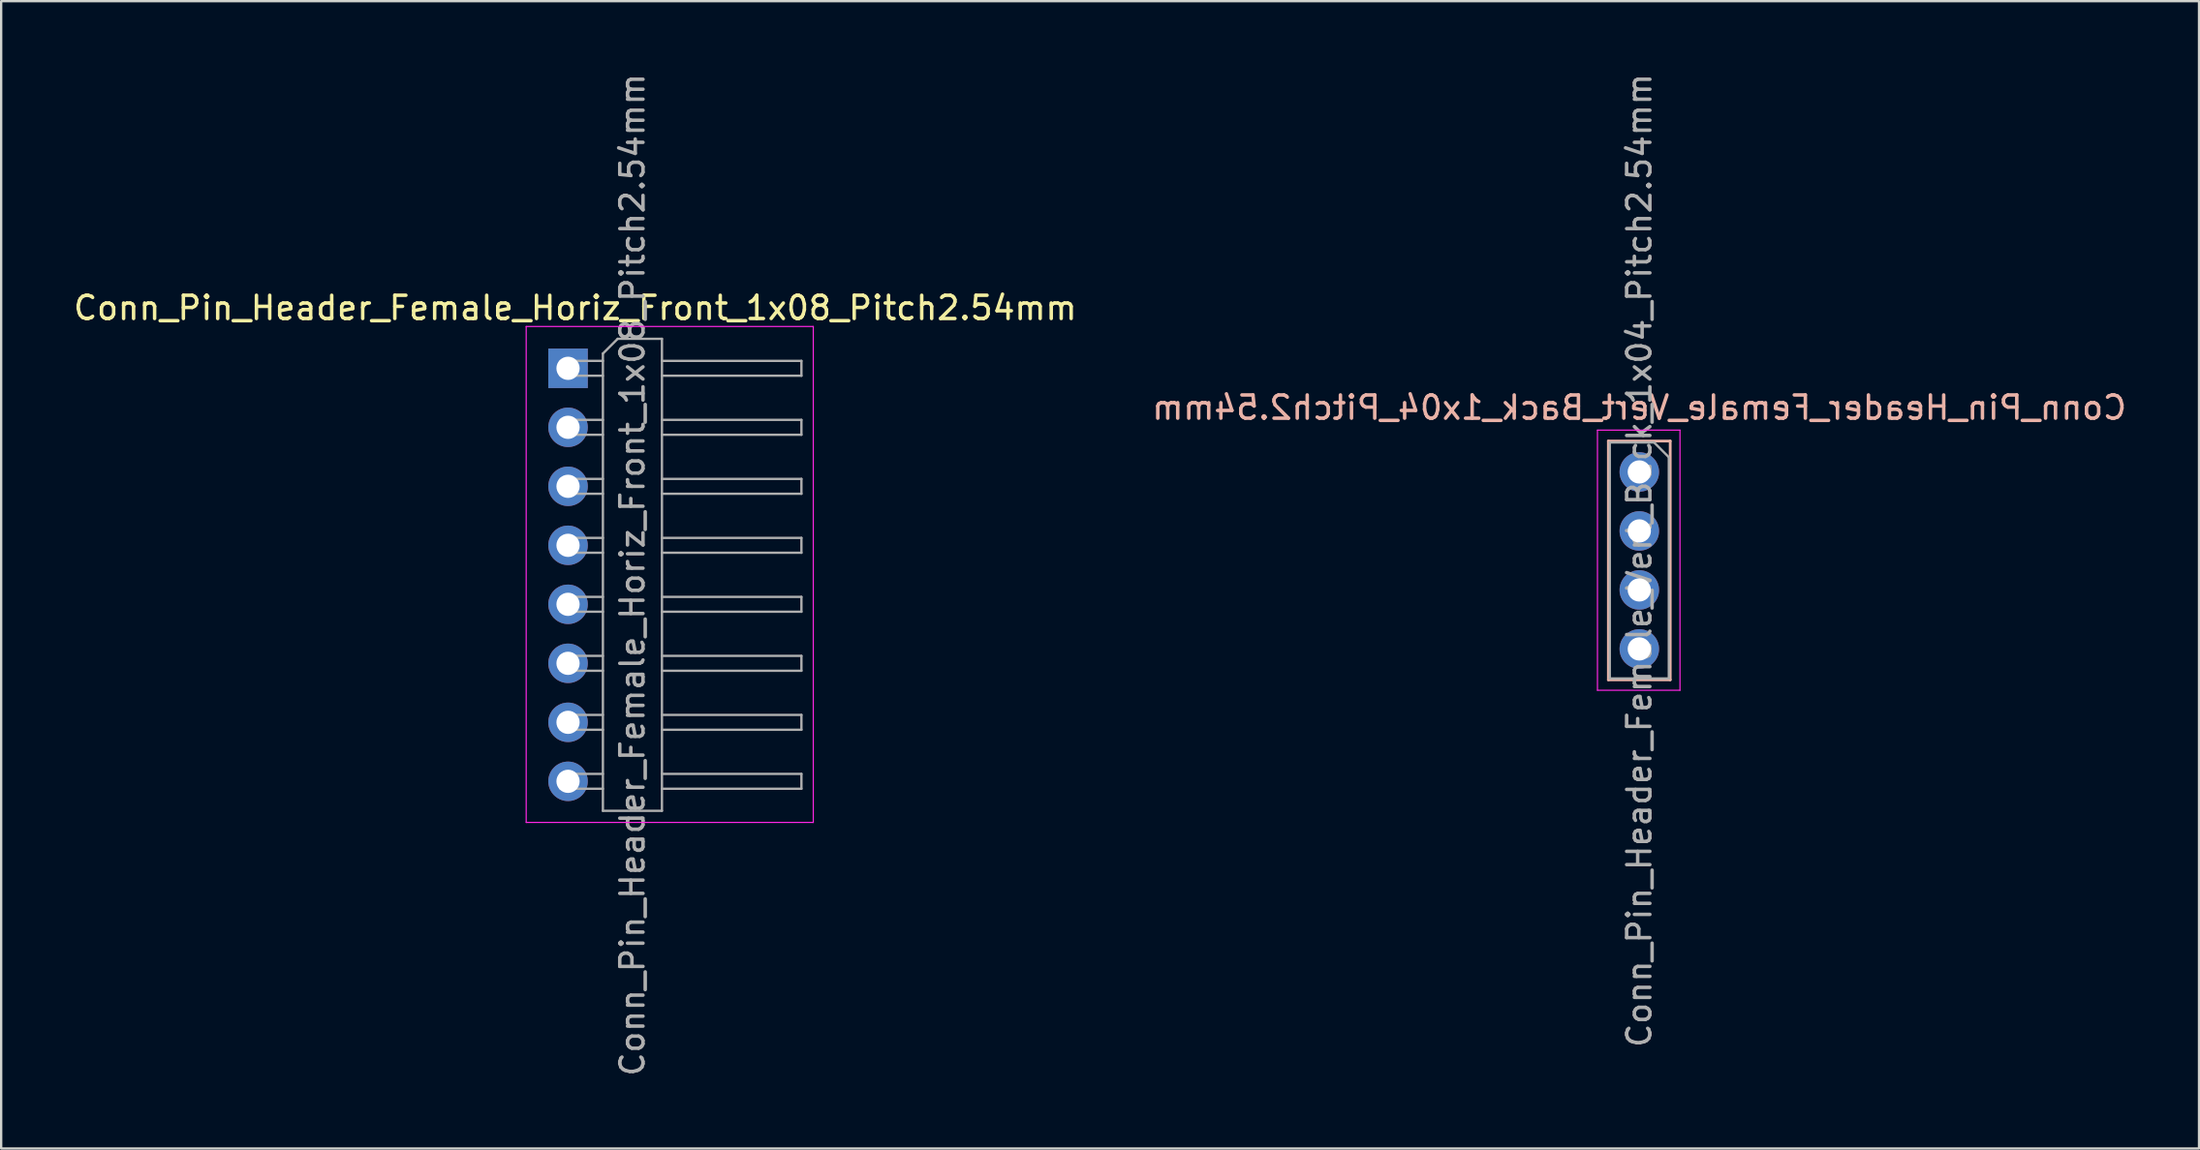
<source format=kicad_pcb>
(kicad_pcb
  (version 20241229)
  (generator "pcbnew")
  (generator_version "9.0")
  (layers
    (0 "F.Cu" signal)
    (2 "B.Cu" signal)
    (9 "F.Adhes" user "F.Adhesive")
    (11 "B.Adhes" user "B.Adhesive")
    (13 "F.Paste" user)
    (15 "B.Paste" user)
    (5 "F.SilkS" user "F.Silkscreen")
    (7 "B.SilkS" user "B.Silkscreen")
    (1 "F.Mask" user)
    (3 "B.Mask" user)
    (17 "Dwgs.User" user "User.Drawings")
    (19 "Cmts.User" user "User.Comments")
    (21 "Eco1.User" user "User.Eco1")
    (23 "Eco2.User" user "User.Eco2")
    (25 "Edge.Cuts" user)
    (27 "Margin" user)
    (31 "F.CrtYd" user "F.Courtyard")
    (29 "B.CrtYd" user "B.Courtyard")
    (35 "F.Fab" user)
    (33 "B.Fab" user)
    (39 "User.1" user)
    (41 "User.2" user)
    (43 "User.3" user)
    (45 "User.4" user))
  (footprint "Conn_Pin_Header_Female_Horiz_Front_1x08_Pitch2.54mm"
    (layer "F.Cu")
    (at 21.386 12.806)
    (property "Reference" "Conn_Pin_Header_Female_Horiz_Front_1x08_Pitch2.54mm" (at 0.31 -2.6 0) (layer "F.SilkS") (effects (font (size 1 1) (thickness 0.15))))
    (attr through_hole)
    (fp_line (start -1.8 -1.8) (end -1.8 19.55) (stroke (width 0.05) (type solid)) (layer "F.CrtYd"))
    (fp_line (start -1.8 19.55) (end 10.55 19.55) (stroke (width 0.05) (type solid)) (layer "F.CrtYd"))
    (fp_line (start 10.55 -1.8) (end -1.8 -1.8) (stroke (width 0.05) (type solid)) (layer "F.CrtYd"))
    (fp_line (start 10.55 19.55) (end 10.55 -1.8) (stroke (width 0.05) (type solid)) (layer "F.CrtYd"))
    (fp_line (start -0.32 -0.32) (end -0.32 0.32) (stroke (width 0.1) (type solid)) (layer "F.Fab"))
    (fp_line (start -0.32 -0.32) (end 1.5 -0.32) (stroke (width 0.1) (type solid)) (layer "F.Fab"))
    (fp_line (start -0.32 0.32) (end 1.5 0.32) (stroke (width 0.1) (type solid)) (layer "F.Fab"))
    (fp_line (start -0.32 2.22) (end -0.32 2.86) (stroke (width 0.1) (type solid)) (layer "F.Fab"))
    (fp_line (start -0.32 2.22) (end 1.5 2.22) (stroke (width 0.1) (type solid)) (layer "F.Fab"))
    (fp_line (start -0.32 2.86) (end 1.5 2.86) (stroke (width 0.1) (type solid)) (layer "F.Fab"))
    (fp_line (start -0.32 4.76) (end -0.32 5.4) (stroke (width 0.1) (type solid)) (layer "F.Fab"))
    (fp_line (start -0.32 4.76) (end 1.5 4.76) (stroke (width 0.1) (type solid)) (layer "F.Fab"))
    (fp_line (start -0.32 5.4) (end 1.5 5.4) (stroke (width 0.1) (type solid)) (layer "F.Fab"))
    (fp_line (start -0.32 7.3) (end -0.32 7.94) (stroke (width 0.1) (type solid)) (layer "F.Fab"))
    (fp_line (start -0.32 7.3) (end 1.5 7.3) (stroke (width 0.1) (type solid)) (layer "F.Fab"))
    (fp_line (start -0.32 7.94) (end 1.5 7.94) (stroke (width 0.1) (type solid)) (layer "F.Fab"))
    (fp_line (start -0.32 9.84) (end -0.32 10.48) (stroke (width 0.1) (type solid)) (layer "F.Fab"))
    (fp_line (start -0.32 9.84) (end 1.5 9.84) (stroke (width 0.1) (type solid)) (layer "F.Fab"))
    (fp_line (start -0.32 10.48) (end 1.5 10.48) (stroke (width 0.1) (type solid)) (layer "F.Fab"))
    (fp_line (start -0.32 12.38) (end -0.32 13.02) (stroke (width 0.1) (type solid)) (layer "F.Fab"))
    (fp_line (start -0.32 12.38) (end 1.5 12.38) (stroke (width 0.1) (type solid)) (layer "F.Fab"))
    (fp_line (start -0.32 13.02) (end 1.5 13.02) (stroke (width 0.1) (type solid)) (layer "F.Fab"))
    (fp_line (start -0.32 14.92) (end -0.32 15.56) (stroke (width 0.1) (type solid)) (layer "F.Fab"))
    (fp_line (start -0.32 14.92) (end 1.5 14.92) (stroke (width 0.1) (type solid)) (layer "F.Fab"))
    (fp_line (start -0.32 15.56) (end 1.5 15.56) (stroke (width 0.1) (type solid)) (layer "F.Fab"))
    (fp_line (start -0.32 17.46) (end -0.32 18.1) (stroke (width 0.1) (type solid)) (layer "F.Fab"))
    (fp_line (start -0.32 17.46) (end 1.5 17.46) (stroke (width 0.1) (type solid)) (layer "F.Fab"))
    (fp_line (start -0.32 18.1) (end 1.5 18.1) (stroke (width 0.1) (type solid)) (layer "F.Fab"))
    (fp_line (start 1.5 -0.635) (end 2.135 -1.27) (stroke (width 0.1) (type solid)) (layer "F.Fab"))
    (fp_line (start 1.5 19.05) (end 1.5 -0.635) (stroke (width 0.1) (type solid)) (layer "F.Fab"))
    (fp_line (start 2.135 -1.27) (end 4.04 -1.27) (stroke (width 0.1) (type solid)) (layer "F.Fab"))
    (fp_line (start 4.04 -1.27) (end 4.04 19.05) (stroke (width 0.1) (type solid)) (layer "F.Fab"))
    (fp_line (start 4.04 -0.32) (end 10.04 -0.32) (stroke (width 0.1) (type solid)) (layer "F.Fab"))
    (fp_line (start 4.04 0.32) (end 10.04 0.32) (stroke (width 0.1) (type solid)) (layer "F.Fab"))
    (fp_line (start 4.04 2.22) (end 10.04 2.22) (stroke (width 0.1) (type solid)) (layer "F.Fab"))
    (fp_line (start 4.04 2.86) (end 10.04 2.86) (stroke (width 0.1) (type solid)) (layer "F.Fab"))
    (fp_line (start 4.04 4.76) (end 10.04 4.76) (stroke (width 0.1) (type solid)) (layer "F.Fab"))
    (fp_line (start 4.04 5.4) (end 10.04 5.4) (stroke (width 0.1) (type solid)) (layer "F.Fab"))
    (fp_line (start 4.04 7.3) (end 10.04 7.3) (stroke (width 0.1) (type solid)) (layer "F.Fab"))
    (fp_line (start 4.04 7.94) (end 10.04 7.94) (stroke (width 0.1) (type solid)) (layer "F.Fab"))
    (fp_line (start 4.04 9.84) (end 10.04 9.84) (stroke (width 0.1) (type solid)) (layer "F.Fab"))
    (fp_line (start 4.04 10.48) (end 10.04 10.48) (stroke (width 0.1) (type solid)) (layer "F.Fab"))
    (fp_line (start 4.04 12.38) (end 10.04 12.38) (stroke (width 0.1) (type solid)) (layer "F.Fab"))
    (fp_line (start 4.04 13.02) (end 10.04 13.02) (stroke (width 0.1) (type solid)) (layer "F.Fab"))
    (fp_line (start 4.04 14.92) (end 10.04 14.92) (stroke (width 0.1) (type solid)) (layer "F.Fab"))
    (fp_line (start 4.04 15.56) (end 10.04 15.56) (stroke (width 0.1) (type solid)) (layer "F.Fab"))
    (fp_line (start 4.04 17.46) (end 10.04 17.46) (stroke (width 0.1) (type solid)) (layer "F.Fab"))
    (fp_line (start 4.04 18.1) (end 10.04 18.1) (stroke (width 0.1) (type solid)) (layer "F.Fab"))
    (fp_line (start 4.04 19.05) (end 1.5 19.05) (stroke (width 0.1) (type solid)) (layer "F.Fab"))
    (fp_line (start 10.04 -0.32) (end 10.04 0.32) (stroke (width 0.1) (type solid)) (layer "F.Fab"))
    (fp_line (start 10.04 2.22) (end 10.04 2.86) (stroke (width 0.1) (type solid)) (layer "F.Fab"))
    (fp_line (start 10.04 4.76) (end 10.04 5.4) (stroke (width 0.1) (type solid)) (layer "F.Fab"))
    (fp_line (start 10.04 7.3) (end 10.04 7.94) (stroke (width 0.1) (type solid)) (layer "F.Fab"))
    (fp_line (start 10.04 9.84) (end 10.04 10.48) (stroke (width 0.1) (type solid)) (layer "F.Fab"))
    (fp_line (start 10.04 12.38) (end 10.04 13.02) (stroke (width 0.1) (type solid)) (layer "F.Fab"))
    (fp_line (start 10.04 14.92) (end 10.04 15.56) (stroke (width 0.1) (type solid)) (layer "F.Fab"))
    (fp_line (start 10.04 17.46) (end 10.04 18.1) (stroke (width 0.1) (type solid)) (layer "F.Fab"))
    (fp_text user "${REFERENCE}" (at 2.77 8.89 90) (layer "F.Fab") (effects (font (size 1 1) (thickness 0.15))))
    (pad "1" thru_hole rect (at 0 0) (size 1.7 1.7) (drill 1) (layers "*.Cu" "*.Mask"))
    (pad "2" thru_hole oval (at 0 2.54) (size 1.7 1.7) (drill 1) (layers "*.Cu" "*.Mask"))
    (pad "3" thru_hole oval (at 0 5.08) (size 1.7 1.7) (drill 1) (layers "*.Cu" "*.Mask"))
    (pad "4" thru_hole oval (at 0 7.62) (size 1.7 1.7) (drill 1) (layers "*.Cu" "*.Mask"))
    (pad "5" thru_hole oval (at 0 10.16) (size 1.7 1.7) (drill 1) (layers "*.Cu" "*.Mask"))
    (pad "6" thru_hole oval (at 0 12.7) (size 1.7 1.7) (drill 1) (layers "*.Cu" "*.Mask"))
    (pad "7" thru_hole oval (at 0 15.24) (size 1.7 1.7) (drill 1) (layers "*.Cu" "*.Mask"))
    (pad "8" thru_hole oval (at 0 17.78) (size 1.7 1.7) (drill 1) (layers "*.Cu" "*.Mask")))
  (footprint "Conn_Pin_Header_Female_Vert_Back_1x04_Pitch2.54mm"
    (layer "F.Cu")
    (at 67.47 17.267)
    (property "Reference" "Conn_Pin_Header_Female_Vert_Back_1x04_Pitch2.54mm" (at 0 -2.77 0) (layer "B.SilkS") (effects (font (size 1 1) (thickness 0.15)) (justify mirror)))
    (attr through_hole)
    (fp_line (start -1.33 -1.33) (end -1.33 8.95) (stroke (width 0.12) (type solid)) (layer "B.SilkS"))
    (fp_line (start -1.33 -1.33) (end 1.33 -1.33) (stroke (width 0.12) (type solid)) (layer "B.SilkS"))
    (fp_line (start -1.33 8.95) (end 1.33 8.95) (stroke (width 0.12) (type solid)) (layer "B.SilkS"))
    (fp_line (start 1.33 -1.33) (end 1.33 8.95) (stroke (width 0.12) (type solid)) (layer "B.SilkS"))
    (fp_line (start -1.8 -1.8) (end 1.75 -1.8) (stroke (width 0.05) (type solid)) (layer "F.CrtYd"))
    (fp_line (start -1.8 9.4) (end -1.8 -1.8) (stroke (width 0.05) (type solid)) (layer "F.CrtYd"))
    (fp_line (start 1.75 -1.8) (end 1.75 9.4) (stroke (width 0.05) (type solid)) (layer "F.CrtYd"))
    (fp_line (start 1.75 9.4) (end -1.8 9.4) (stroke (width 0.05) (type solid)) (layer "F.CrtYd"))
    (fp_line (start -1.27 -1.27) (end 0.635 -1.27) (stroke (width 0.1) (type solid)) (layer "F.Fab"))
    (fp_line (start -1.27 8.89) (end -1.27 -1.27) (stroke (width 0.1) (type solid)) (layer "F.Fab"))
    (fp_line (start 0.635 -1.27) (end 1.27 -0.635) (stroke (width 0.1) (type solid)) (layer "F.Fab"))
    (fp_line (start 1.27 -0.635) (end 1.27 8.89) (stroke (width 0.1) (type solid)) (layer "F.Fab"))
    (fp_line (start 1.27 8.89) (end -1.27 8.89) (stroke (width 0.1) (type solid)) (layer "F.Fab"))
    (fp_text user "${REFERENCE}" (at 0 3.81 90) (layer "F.Fab") (effects (font (size 1 1) (thickness 0.15))))
    (pad "1" thru_hole circle (at 0 0) (size 1.7 1.7) (drill 1) (layers "*.Cu" "*.Mask"))
    (pad "2" thru_hole oval (at 0 2.54) (size 1.7 1.7) (drill 1) (layers "*.Cu" "*.Mask"))
    (pad "3" thru_hole oval (at 0 5.08) (size 1.7 1.7) (drill 1) (layers "*.Cu" "*.Mask"))
    (pad "4" thru_hole oval (at 0 7.62) (size 1.7 1.7) (drill 1) (layers "*.Cu" "*.Mask")))
  (gr_rect
    (start -3 -3)
    (end 91.548 46.393)
    (stroke (width 0.1) (type default))
    (fill no)
    (layer "Edge.Cuts")))
</source>
